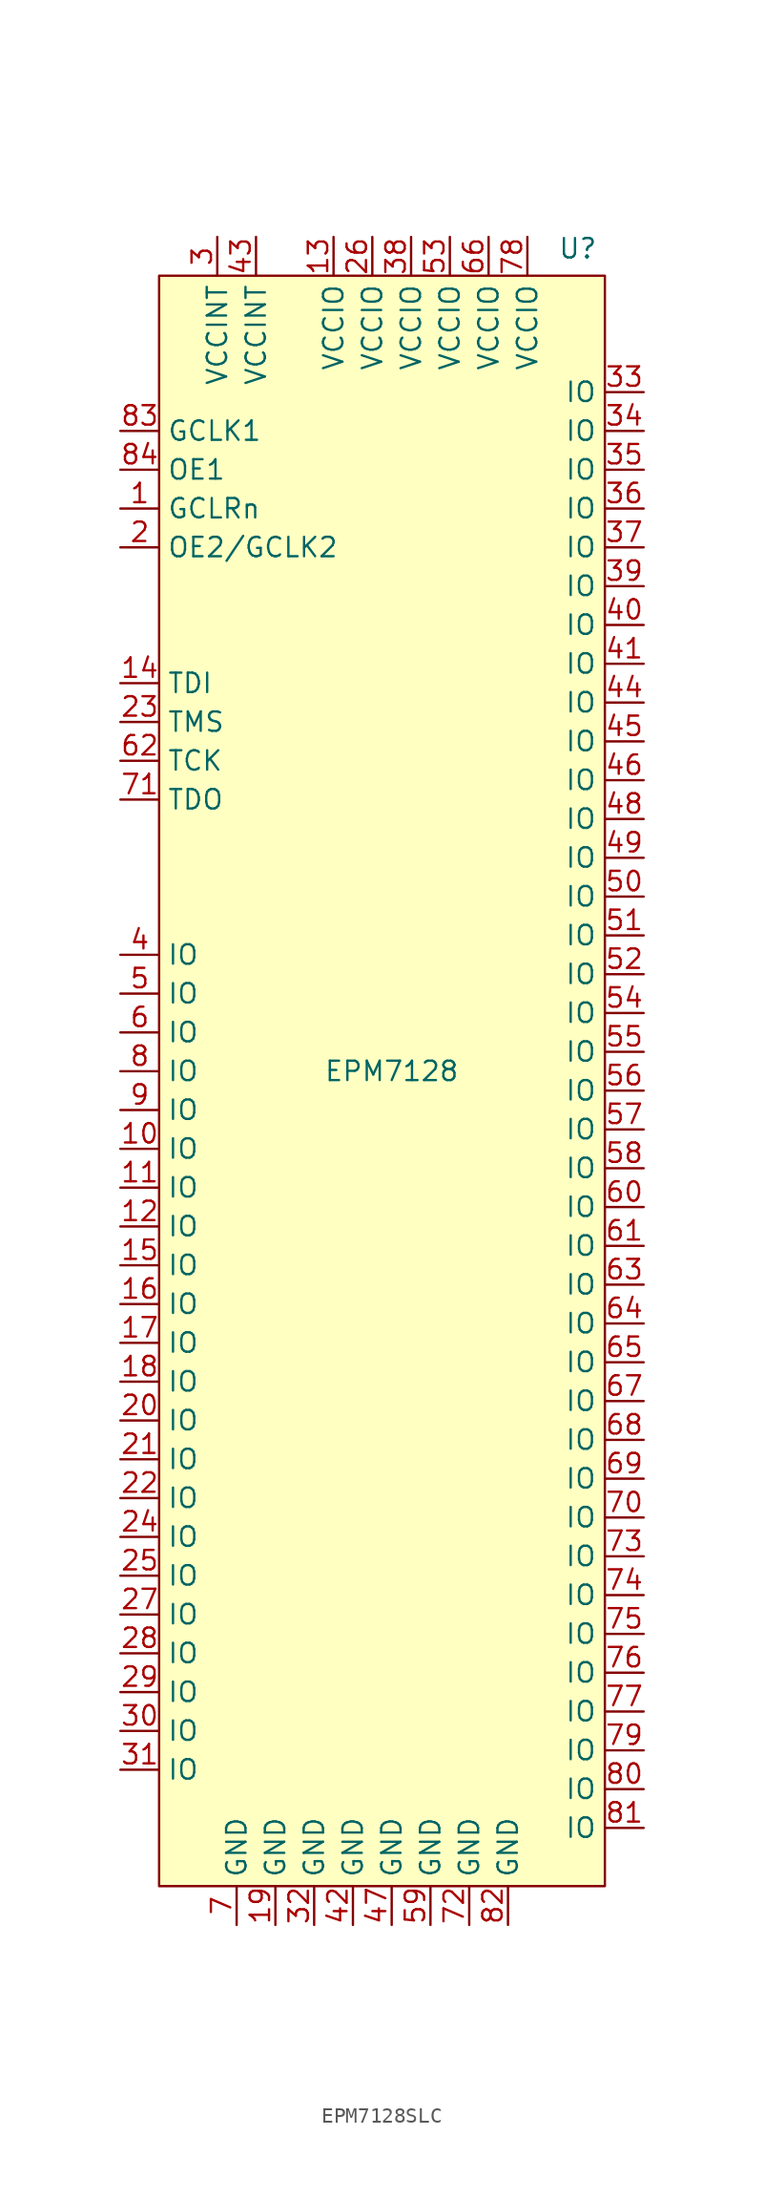
<source format=kicad_sym>
(kicad_symbol_lib
  (version 20231120)
  (generator "kicad_symbol_editor")
  (generator_version "8.0")
  (symbol "EPM7128SLC"
    (property "Reference" "U"
      (at 12.192 55.118 0)
      (effects (font (size 1.27 1.27))))
    (property "Value" "EPM7128"
      (at 0 1.27 0)
      (effects (font (size 1.27 1.27))))
    (symbol "EPM7128SLC_1_1"
      (rectangle (start -15.24 53.34) (end 13.97 -52.07) (stroke (width 0) (type default)) (fill (type background)))
      (pin input line (at -17.78 38.1 0) (length 2.54) (name "GCLRn" (effects (font (size 1.27 1.27)))) (number "1" (effects (font (size 1.27 1.27)))))
      (pin bidirectional line (at -17.78 -3.81 0) (length 2.54) (name "IO" (effects (font (size 1.27 1.27)))) (number "10" (effects (font (size 1.27 1.27)))))
      (pin bidirectional line (at -17.78 -6.35 0) (length 2.54) (name "IO" (effects (font (size 1.27 1.27)))) (number "11" (effects (font (size 1.27 1.27)))))
      (pin bidirectional line (at -17.78 -8.89 0) (length 2.54) (name "IO" (effects (font (size 1.27 1.27)))) (number "12" (effects (font (size 1.27 1.27)))))
      (pin power_in line (at -3.81 55.88 270) (length 2.54) (name "VCCIO" (effects (font (size 1.27 1.27)))) (number "13" (effects (font (size 1.27 1.27)))))
      (pin bidirectional line (at -17.78 26.67 0) (length 2.54) (name "TDI" (effects (font (size 1.27 1.27)))) (number "14" (effects (font (size 1.27 1.27)))))
      (pin bidirectional line (at -17.78 -11.43 0) (length 2.54) (name "IO" (effects (font (size 1.27 1.27)))) (number "15" (effects (font (size 1.27 1.27)))))
      (pin bidirectional line (at -17.78 -13.97 0) (length 2.54) (name "IO" (effects (font (size 1.27 1.27)))) (number "16" (effects (font (size 1.27 1.27)))))
      (pin bidirectional line (at -17.78 -16.51 0) (length 2.54) (name "IO" (effects (font (size 1.27 1.27)))) (number "17" (effects (font (size 1.27 1.27)))))
      (pin bidirectional line (at -17.78 -19.05 0) (length 2.54) (name "IO" (effects (font (size 1.27 1.27)))) (number "18" (effects (font (size 1.27 1.27)))))
      (pin power_in line (at -7.62 -54.61 90) (length 2.54) (name "GND" (effects (font (size 1.27 1.27)))) (number "19" (effects (font (size 1.27 1.27)))))
      (pin input line (at -17.78 35.56 0) (length 2.54) (name "OE2/GCLK2" (effects (font (size 1.27 1.27)))) (number "2" (effects (font (size 1.27 1.27)))))
      (pin bidirectional line (at -17.78 -21.59 0) (length 2.54) (name "IO" (effects (font (size 1.27 1.27)))) (number "20" (effects (font (size 1.27 1.27)))))
      (pin bidirectional line (at -17.78 -24.13 0) (length 2.54) (name "IO" (effects (font (size 1.27 1.27)))) (number "21" (effects (font (size 1.27 1.27)))))
      (pin bidirectional line (at -17.78 -26.67 0) (length 2.54) (name "IO" (effects (font (size 1.27 1.27)))) (number "22" (effects (font (size 1.27 1.27)))))
      (pin bidirectional line (at -17.78 24.13 0) (length 2.54) (name "TMS" (effects (font (size 1.27 1.27)))) (number "23" (effects (font (size 1.27 1.27)))))
      (pin bidirectional line (at -17.78 -29.21 0) (length 2.54) (name "IO" (effects (font (size 1.27 1.27)))) (number "24" (effects (font (size 1.27 1.27)))))
      (pin bidirectional line (at -17.78 -31.75 0) (length 2.54) (name "IO" (effects (font (size 1.27 1.27)))) (number "25" (effects (font (size 1.27 1.27)))))
      (pin power_in line (at -1.27 55.88 270) (length 2.54) (name "VCCIO" (effects (font (size 1.27 1.27)))) (number "26" (effects (font (size 1.27 1.27)))))
      (pin bidirectional line (at -17.78 -34.29 0) (length 2.54) (name "IO" (effects (font (size 1.27 1.27)))) (number "27" (effects (font (size 1.27 1.27)))))
      (pin bidirectional line (at -17.78 -36.83 0) (length 2.54) (name "IO" (effects (font (size 1.27 1.27)))) (number "28" (effects (font (size 1.27 1.27)))))
      (pin bidirectional line (at -17.78 -39.37 0) (length 2.54) (name "IO" (effects (font (size 1.27 1.27)))) (number "29" (effects (font (size 1.27 1.27)))))
      (pin power_in line (at -11.43 55.88 270) (length 2.54) (name "VCCINT" (effects (font (size 1.27 1.27)))) (number "3" (effects (font (size 1.27 1.27)))))
      (pin bidirectional line (at -17.78 -41.91 0) (length 2.54) (name "IO" (effects (font (size 1.27 1.27)))) (number "30" (effects (font (size 1.27 1.27)))))
      (pin bidirectional line (at -17.78 -44.45 0) (length 2.54) (name "IO" (effects (font (size 1.27 1.27)))) (number "31" (effects (font (size 1.27 1.27)))))
      (pin power_in line (at -5.08 -54.61 90) (length 2.54) (name "GND" (effects (font (size 1.27 1.27)))) (number "32" (effects (font (size 1.27 1.27)))))
      (pin bidirectional line (at 16.51 45.72 180) (length 2.54) (name "IO" (effects (font (size 1.27 1.27)))) (number "33" (effects (font (size 1.27 1.27)))))
      (pin bidirectional line (at 16.51 43.18 180) (length 2.54) (name "IO" (effects (font (size 1.27 1.27)))) (number "34" (effects (font (size 1.27 1.27)))))
      (pin bidirectional line (at 16.51 40.64 180) (length 2.54) (name "IO" (effects (font (size 1.27 1.27)))) (number "35" (effects (font (size 1.27 1.27)))))
      (pin bidirectional line (at 16.51 38.1 180) (length 2.54) (name "IO" (effects (font (size 1.27 1.27)))) (number "36" (effects (font (size 1.27 1.27)))))
      (pin bidirectional line (at 16.51 35.56 180) (length 2.54) (name "IO" (effects (font (size 1.27 1.27)))) (number "37" (effects (font (size 1.27 1.27)))))
      (pin power_in line (at 1.27 55.88 270) (length 2.54) (name "VCCIO" (effects (font (size 1.27 1.27)))) (number "38" (effects (font (size 1.27 1.27)))))
      (pin bidirectional line (at 16.51 33.02 180) (length 2.54) (name "IO" (effects (font (size 1.27 1.27)))) (number "39" (effects (font (size 1.27 1.27)))))
      (pin bidirectional line (at -17.78 8.89 0) (length 2.54) (name "IO" (effects (font (size 1.27 1.27)))) (number "4" (effects (font (size 1.27 1.27)))))
      (pin bidirectional line (at 16.51 30.48 180) (length 2.54) (name "IO" (effects (font (size 1.27 1.27)))) (number "40" (effects (font (size 1.27 1.27)))))
      (pin bidirectional line (at 16.51 27.94 180) (length 2.54) (name "IO" (effects (font (size 1.27 1.27)))) (number "41" (effects (font (size 1.27 1.27)))))
      (pin power_in line (at -2.54 -54.61 90) (length 2.54) (name "GND" (effects (font (size 1.27 1.27)))) (number "42" (effects (font (size 1.27 1.27)))))
      (pin power_in line (at -8.89 55.88 270) (length 2.54) (name "VCCINT" (effects (font (size 1.27 1.27)))) (number "43" (effects (font (size 1.27 1.27)))))
      (pin bidirectional line (at 16.51 25.4 180) (length 2.54) (name "IO" (effects (font (size 1.27 1.27)))) (number "44" (effects (font (size 1.27 1.27)))))
      (pin bidirectional line (at 16.51 22.86 180) (length 2.54) (name "IO" (effects (font (size 1.27 1.27)))) (number "45" (effects (font (size 1.27 1.27)))))
      (pin bidirectional line (at 16.51 20.32 180) (length 2.54) (name "IO" (effects (font (size 1.27 1.27)))) (number "46" (effects (font (size 1.27 1.27)))))
      (pin power_in line (at 0 -54.61 90) (length 2.54) (name "GND" (effects (font (size 1.27 1.27)))) (number "47" (effects (font (size 1.27 1.27)))))
      (pin bidirectional line (at 16.51 17.78 180) (length 2.54) (name "IO" (effects (font (size 1.27 1.27)))) (number "48" (effects (font (size 1.27 1.27)))))
      (pin bidirectional line (at 16.51 15.24 180) (length 2.54) (name "IO" (effects (font (size 1.27 1.27)))) (number "49" (effects (font (size 1.27 1.27)))))
      (pin bidirectional line (at -17.78 6.35 0) (length 2.54) (name "IO" (effects (font (size 1.27 1.27)))) (number "5" (effects (font (size 1.27 1.27)))))
      (pin bidirectional line (at 16.51 12.7 180) (length 2.54) (name "IO" (effects (font (size 1.27 1.27)))) (number "50" (effects (font (size 1.27 1.27)))))
      (pin bidirectional line (at 16.51 10.16 180) (length 2.54) (name "IO" (effects (font (size 1.27 1.27)))) (number "51" (effects (font (size 1.27 1.27)))))
      (pin bidirectional line (at 16.51 7.62 180) (length 2.54) (name "IO" (effects (font (size 1.27 1.27)))) (number "52" (effects (font (size 1.27 1.27)))))
      (pin power_in line (at 3.81 55.88 270) (length 2.54) (name "VCCIO" (effects (font (size 1.27 1.27)))) (number "53" (effects (font (size 1.27 1.27)))))
      (pin bidirectional line (at 16.51 5.08 180) (length 2.54) (name "IO" (effects (font (size 1.27 1.27)))) (number "54" (effects (font (size 1.27 1.27)))))
      (pin bidirectional line (at 16.51 2.54 180) (length 2.54) (name "IO" (effects (font (size 1.27 1.27)))) (number "55" (effects (font (size 1.27 1.27)))))
      (pin bidirectional line (at 16.51 0 180) (length 2.54) (name "IO" (effects (font (size 1.27 1.27)))) (number "56" (effects (font (size 1.27 1.27)))))
      (pin bidirectional line (at 16.51 -2.54 180) (length 2.54) (name "IO" (effects (font (size 1.27 1.27)))) (number "57" (effects (font (size 1.27 1.27)))))
      (pin bidirectional line (at 16.51 -5.08 180) (length 2.54) (name "IO" (effects (font (size 1.27 1.27)))) (number "58" (effects (font (size 1.27 1.27)))))
      (pin power_in line (at 2.54 -54.61 90) (length 2.54) (name "GND" (effects (font (size 1.27 1.27)))) (number "59" (effects (font (size 1.27 1.27)))))
      (pin bidirectional line (at -17.78 3.81 0) (length 2.54) (name "IO" (effects (font (size 1.27 1.27)))) (number "6" (effects (font (size 1.27 1.27)))))
      (pin bidirectional line (at 16.51 -7.62 180) (length 2.54) (name "IO" (effects (font (size 1.27 1.27)))) (number "60" (effects (font (size 1.27 1.27)))))
      (pin bidirectional line (at 16.51 -10.16 180) (length 2.54) (name "IO" (effects (font (size 1.27 1.27)))) (number "61" (effects (font (size 1.27 1.27)))))
      (pin bidirectional line (at -17.78 21.59 0) (length 2.54) (name "TCK" (effects (font (size 1.27 1.27)))) (number "62" (effects (font (size 1.27 1.27)))))
      (pin bidirectional line (at 16.51 -12.7 180) (length 2.54) (name "IO" (effects (font (size 1.27 1.27)))) (number "63" (effects (font (size 1.27 1.27)))))
      (pin bidirectional line (at 16.51 -15.24 180) (length 2.54) (name "IO" (effects (font (size 1.27 1.27)))) (number "64" (effects (font (size 1.27 1.27)))))
      (pin bidirectional line (at 16.51 -17.78 180) (length 2.54) (name "IO" (effects (font (size 1.27 1.27)))) (number "65" (effects (font (size 1.27 1.27)))))
      (pin power_in line (at 6.35 55.88 270) (length 2.54) (name "VCCIO" (effects (font (size 1.27 1.27)))) (number "66" (effects (font (size 1.27 1.27)))))
      (pin bidirectional line (at 16.51 -20.32 180) (length 2.54) (name "IO" (effects (font (size 1.27 1.27)))) (number "67" (effects (font (size 1.27 1.27)))))
      (pin bidirectional line (at 16.51 -22.86 180) (length 2.54) (name "IO" (effects (font (size 1.27 1.27)))) (number "68" (effects (font (size 1.27 1.27)))))
      (pin bidirectional line (at 16.51 -25.4 180) (length 2.54) (name "IO" (effects (font (size 1.27 1.27)))) (number "69" (effects (font (size 1.27 1.27)))))
      (pin power_in line (at -10.16 -54.61 90) (length 2.54) (name "GND" (effects (font (size 1.27 1.27)))) (number "7" (effects (font (size 1.27 1.27)))))
      (pin bidirectional line (at 16.51 -27.94 180) (length 2.54) (name "IO" (effects (font (size 1.27 1.27)))) (number "70" (effects (font (size 1.27 1.27)))))
      (pin bidirectional line (at -17.78 19.05 0) (length 2.54) (name "TDO" (effects (font (size 1.27 1.27)))) (number "71" (effects (font (size 1.27 1.27)))))
      (pin power_in line (at 5.08 -54.61 90) (length 2.54) (name "GND" (effects (font (size 1.27 1.27)))) (number "72" (effects (font (size 1.27 1.27)))))
      (pin bidirectional line (at 16.51 -30.48 180) (length 2.54) (name "IO" (effects (font (size 1.27 1.27)))) (number "73" (effects (font (size 1.27 1.27)))))
      (pin bidirectional line (at 16.51 -33.02 180) (length 2.54) (name "IO" (effects (font (size 1.27 1.27)))) (number "74" (effects (font (size 1.27 1.27)))))
      (pin bidirectional line (at 16.51 -35.56 180) (length 2.54) (name "IO" (effects (font (size 1.27 1.27)))) (number "75" (effects (font (size 1.27 1.27)))))
      (pin bidirectional line (at 16.51 -38.1 180) (length 2.54) (name "IO" (effects (font (size 1.27 1.27)))) (number "76" (effects (font (size 1.27 1.27)))))
      (pin bidirectional line (at 16.51 -40.64 180) (length 2.54) (name "IO" (effects (font (size 1.27 1.27)))) (number "77" (effects (font (size 1.27 1.27)))))
      (pin power_in line (at 8.89 55.88 270) (length 2.54) (name "VCCIO" (effects (font (size 1.27 1.27)))) (number "78" (effects (font (size 1.27 1.27)))))
      (pin bidirectional line (at 16.51 -43.18 180) (length 2.54) (name "IO" (effects (font (size 1.27 1.27)))) (number "79" (effects (font (size 1.27 1.27)))))
      (pin bidirectional line (at -17.78 1.27 0) (length 2.54) (name "IO" (effects (font (size 1.27 1.27)))) (number "8" (effects (font (size 1.27 1.27)))))
      (pin bidirectional line (at 16.51 -45.72 180) (length 2.54) (name "IO" (effects (font (size 1.27 1.27)))) (number "80" (effects (font (size 1.27 1.27)))))
      (pin bidirectional line (at 16.51 -48.26 180) (length 2.54) (name "IO" (effects (font (size 1.27 1.27)))) (number "81" (effects (font (size 1.27 1.27)))))
      (pin power_in line (at 7.62 -54.61 90) (length 2.54) (name "GND" (effects (font (size 1.27 1.27)))) (number "82" (effects (font (size 1.27 1.27)))))
      (pin input line (at -17.78 43.18 0) (length 2.54) (name "GCLK1" (effects (font (size 1.27 1.27)))) (number "83" (effects (font (size 1.27 1.27)))))
      (pin input line (at -17.78 40.64 0) (length 2.54) (name "OE1" (effects (font (size 1.27 1.27)))) (number "84" (effects (font (size 1.27 1.27)))))
      (pin bidirectional line (at -17.78 -1.27 0) (length 2.54) (name "IO" (effects (font (size 1.27 1.27)))) (number "9" (effects (font (size 1.27 1.27))))))))
</source>
